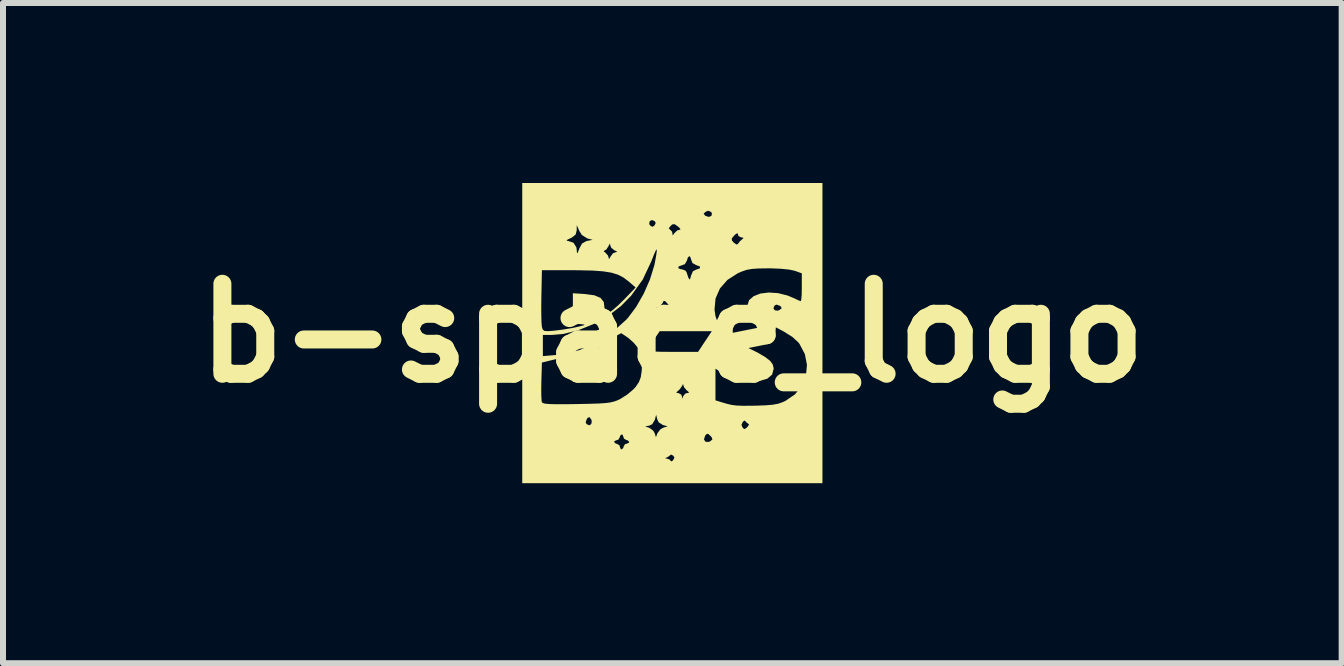
<source format=kicad_pcb>
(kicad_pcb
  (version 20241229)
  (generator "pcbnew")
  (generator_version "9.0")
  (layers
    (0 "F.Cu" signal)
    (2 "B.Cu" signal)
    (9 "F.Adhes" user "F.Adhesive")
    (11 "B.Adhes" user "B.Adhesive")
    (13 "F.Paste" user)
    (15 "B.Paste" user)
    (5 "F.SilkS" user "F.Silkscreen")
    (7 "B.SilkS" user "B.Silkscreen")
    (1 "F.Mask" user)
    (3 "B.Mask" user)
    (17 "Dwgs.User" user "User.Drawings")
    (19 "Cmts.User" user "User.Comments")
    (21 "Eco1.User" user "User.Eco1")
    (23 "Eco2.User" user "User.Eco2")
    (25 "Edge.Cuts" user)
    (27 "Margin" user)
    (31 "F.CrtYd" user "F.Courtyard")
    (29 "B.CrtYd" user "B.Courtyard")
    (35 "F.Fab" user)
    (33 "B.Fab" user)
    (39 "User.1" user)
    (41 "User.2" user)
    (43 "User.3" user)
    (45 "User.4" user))
  (footprint "b-space_logo"
    (layer "F.Cu")
    (at 8.157 2.502)
    (property "Reference" "b-space_logo" (at 0 0 0) (layer "F.SilkS") (effects (font (size 1.5 1.5) (thickness 0.3))))
    (attr board_only exclude_from_pos_files exclude_from_bom)
    (fp_poly (pts (xy 2.502 0) (xy 2.502 2.502) (xy 0 2.502) (xy -2.502 2.502) (xy -2.502 2.088) (xy -0.12 2.088) (xy -0.087 2.093) (xy -0.086 2.093) (xy -0.04 2.111) (xy -0.031 2.128) (xy -0.014 2.139) (xy 0.011 2.122) (xy 0.035 2.076) (xy 0.018 2.046) (xy -0.019 2.025) (xy -0.031 2.032) (xy -0.072 2.063) (xy -0.094 2.073) (xy -0.12 2.088) (xy -2.502 2.088) (xy -2.502 1.814) (xy -0.97 1.814) (xy -0.944 1.842) (xy -0.923 1.846) (xy -0.881 1.871) (xy -0.876 1.892) (xy -0.859 1.934) (xy -0.845 1.939) (xy -0.817 1.914) (xy -0.813 1.892) (xy -0.788 1.851) (xy -0.766 1.846) (xy -0.725 1.829) (xy -0.719 1.814) (xy -0.745 1.787) (xy -0.766 1.783) (xy -0.785 1.772) (xy 0.527 1.772) (xy 0.553 1.812) (xy 0.609 1.814) (xy 0.632 1.803) (xy 0.668 1.773) (xy 0.657 1.739) (xy 0.635 1.714) (xy 0.594 1.677) (xy 0.566 1.687) (xy 0.547 1.711) (xy 0.527 1.772) (xy -0.785 1.772) (xy -0.808 1.758) (xy -0.813 1.736) (xy -0.83 1.694) (xy -0.845 1.689) (xy -0.872 1.714) (xy -0.876 1.736) (xy -0.901 1.778) (xy -0.923 1.783) (xy -0.964 1.8) (xy -0.97 1.814) (xy -2.502 1.814) (xy -2.502 1.556) (xy -0.454 1.556) (xy -0.384 1.579) (xy -0.32 1.625) (xy -0.294 1.669) (xy -0.273 1.735) (xy -0.248 1.668) (xy -0.2 1.605) (xy -0.151 1.577) (xy -0.078 1.553) (xy -0.155 1.534) (xy -0.163 1.529) (xy 1.152 1.529) (xy 1.166 1.567) (xy 1.195 1.601) (xy 1.228 1.587) (xy 1.249 1.567) (xy 1.28 1.526) (xy 1.26 1.507) (xy 1.223 1.479) (xy 1.22 1.467) (xy 1.202 1.459) (xy 1.177 1.476) (xy 1.152 1.529) (xy -0.163 1.529) (xy -0.228 1.487) (xy -0.251 1.438) (xy -0.27 1.361) (xy -0.291 1.445) (xy -0.335 1.519) (xy -0.383 1.542) (xy -0.454 1.556) (xy -2.502 1.556) (xy -2.502 1.487) (xy -1.445 1.487) (xy -1.428 1.518) (xy -1.383 1.538) (xy -1.35 1.514) (xy -1.343 1.464) (xy -1.355 1.434) (xy -1.386 1.398) (xy -1.414 1.417) (xy -1.425 1.431) (xy -1.445 1.487) (xy -2.502 1.487) (xy -2.502 0.935) (xy -2.185 0.935) (xy -2.184 1.05) (xy -2.179 1.128) (xy -2.175 1.15) (xy -2.159 1.166) (xy -2.119 1.177) (xy -2.047 1.183) (xy -1.935 1.186) (xy -1.775 1.186) (xy -1.588 1.183) (xy -1.383 1.179) (xy -1.23 1.174) (xy -1.117 1.167) (xy -1.034 1.156) (xy -0.97 1.141) (xy -0.913 1.12) (xy -0.862 1.095) (xy -0.752 1.025) (xy -0.711 0.991) (xy 0.064 0.991) (xy 0.085 0.999) (xy 0.102 1) (xy 0.15 1.027) (xy 0.16 1.056) (xy 0.164 1.094) (xy 0.174 1.072) (xy 0.178 1.056) (xy 0.215 1.009) (xy 0.245 1) (xy 0.279 0.995) (xy 0.264 0.974) (xy 0.242 0.957) (xy 0.197 0.905) (xy 0.185 0.872) (xy 0.179 0.848) (xy 0.165 0.876) (xy 0.125 0.935) (xy 0.097 0.961) (xy 0.064 0.991) (xy -0.711 0.991) (xy -0.649 0.938) (xy -0.612 0.898) (xy -0.558 0.818) (xy -0.527 0.739) (xy -0.511 0.633) (xy -0.507 0.569) (xy -0.503 0.447) (xy -0.513 0.363) (xy -0.541 0.295) (xy -0.555 0.273) (xy -0.416 0.273) (xy -0.414 0.289) (xy -0.379 0.301) (xy -0.303 0.308) (xy -0.179 0.312) (xy -0.006 0.313) (xy 0.429 0.313) (xy 0.543 0.141) (xy 0.658 -0.031) (xy 0.223 -0.031) (xy -0.211 -0.031) (xy -0.301 0.101) (xy -0.358 0.185) (xy -0.402 0.252) (xy -0.416 0.273) (xy -0.555 0.273) (xy -0.569 0.251) (xy -0.645 0.16) (xy -0.735 0.08) (xy -0.747 0.072) (xy -0.851 0.002) (xy -1.07 0.113) (xy -1.29 0.223) (xy -1.185 0.276) (xy -1.089 0.352) (xy -1.042 0.45) (xy -1.041 0.557) (xy -1.082 0.659) (xy -1.164 0.743) (xy -1.283 0.793) (xy -1.289 0.794) (xy -1.383 0.807) (xy -1.496 0.813) (xy -1.521 0.813) (xy -1.658 0.813) (xy -1.658 0.594) (xy -1.661 0.487) (xy -1.669 0.409) (xy -1.68 0.377) (xy -1.681 0.377) (xy -1.721 0.384) (xy -1.805 0.403) (xy -1.916 0.429) (xy -1.939 0.434) (xy -2.174 0.491) (xy -2.183 0.798) (xy -2.185 0.935) (xy -2.502 0.935) (xy -2.502 0.031) (xy -2.158 0.031) (xy -2.158 0.208) (xy -2.158 0.384) (xy -1.947 0.366) (xy -1.796 0.344) (xy -1.633 0.308) (xy -1.537 0.279) (xy -1.343 0.194) (xy -1.135 0.072) (xy -0.937 -0.071) (xy -0.77 -0.221) (xy -0.735 -0.26) (xy -0.608 -0.43) (xy -0.272 -0.43) (xy -0.245 -0.413) (xy -0.227 -0.406) (xy -0.172 -0.365) (xy -0.156 -0.328) (xy -0.141 -0.294) (xy -0.125 -0.297) (xy -0.096 -0.342) (xy -0.094 -0.362) (xy -0.076 -0.391) (xy 0.703 -0.391) (xy 0.719 -0.282) (xy 0.767 -0.145) (xy 0.844 -0.029) (xy 0.958 0.075) (xy 1.12 0.175) (xy 1.246 0.238) (xy 1.423 0.326) (xy 1.548 0.399) (xy 1.63 0.463) (xy 1.674 0.523) (xy 1.689 0.587) (xy 1.689 0.595) (xy 1.663 0.692) (xy 1.584 0.76) (xy 1.451 0.799) (xy 1.378 0.807) (xy 1.158 0.799) (xy 0.957 0.736) (xy 0.837 0.669) (xy 0.719 0.593) (xy 0.719 0.857) (xy 0.719 1.121) (xy 0.821 1.153) (xy 0.914 1.18) (xy 0.992 1.198) (xy 1.073 1.208) (xy 1.176 1.212) (xy 1.315 1.211) (xy 1.392 1.21) (xy 1.556 1.204) (xy 1.675 1.194) (xy 1.766 1.177) (xy 1.845 1.149) (xy 1.887 1.129) (xy 2.046 1.02) (xy 2.161 0.876) (xy 2.227 0.709) (xy 2.244 0.53) (xy 2.209 0.35) (xy 2.12 0.181) (xy 2.097 0.152) (xy 2 0.063) (xy 1.845 -0.033) (xy 1.697 -0.11) (xy 1.518 -0.2) (xy 1.391 -0.275) (xy 1.309 -0.339) (xy 1.265 -0.398) (xy 1.261 -0.414) (xy 1.684 -0.414) (xy 1.708 -0.38) (xy 1.758 -0.373) (xy 1.788 -0.386) (xy 1.824 -0.416) (xy 1.805 -0.445) (xy 1.791 -0.456) (xy 1.735 -0.475) (xy 1.704 -0.458) (xy 1.684 -0.414) (xy 1.261 -0.414) (xy 1.251 -0.457) (xy 1.251 -0.458) (xy 1.279 -0.548) (xy 1.355 -0.615) (xy 1.468 -0.659) (xy 1.607 -0.676) (xy 1.762 -0.666) (xy 1.921 -0.626) (xy 2.035 -0.578) (xy 2.102 -0.546) (xy 2.14 -0.532) (xy 2.141 -0.532) (xy 2.149 -0.56) (xy 2.156 -0.636) (xy 2.158 -0.744) (xy 2.158 -0.764) (xy 2.158 -0.996) (xy 2.041 -1.038) (xy 1.95 -1.058) (xy 1.813 -1.072) (xy 1.648 -1.079) (xy 1.595 -1.079) (xy 1.438 -1.077) (xy 1.325 -1.069) (xy 1.236 -1.053) (xy 1.153 -1.024) (xy 1.091 -0.997) (xy 0.918 -0.886) (xy 0.793 -0.743) (xy 0.72 -0.576) (xy 0.703 -0.391) (xy -0.076 -0.391) (xy -0.069 -0.402) (xy -0.049 -0.407) (xy -0.03 -0.42) (xy -0.056 -0.464) (xy -0.073 -0.483) (xy -0.12 -0.532) (xy -0.145 -0.537) (xy -0.163 -0.499) (xy -0.163 -0.499) (xy -0.206 -0.448) (xy -0.241 -0.436) (xy -0.272 -0.43) (xy -0.608 -0.43) (xy -0.601 -0.44) (xy -0.476 -0.659) (xy -0.373 -0.894) (xy -0.315 -1.082) (xy 0.098 -1.082) (xy 0.141 -1.064) (xy 0.157 -1.064) (xy 0.216 -1.043) (xy 0.236 -1.017) (xy 0.266 -0.927) (xy 0.285 -0.893) (xy 0.3 -0.91) (xy 0.31 -0.954) (xy 0.343 -1.031) (xy 0.399 -1.058) (xy 0.459 -1.079) (xy 0.461 -1.109) (xy 0.404 -1.131) (xy 0.399 -1.132) (xy 0.336 -1.167) (xy 0.318 -1.212) (xy 0.3 -1.267) (xy 0.282 -1.283) (xy 0.257 -1.256) (xy 0.245 -1.212) (xy 0.209 -1.149) (xy 0.164 -1.132) (xy 0.106 -1.111) (xy 0.098 -1.082) (xy -0.315 -1.082) (xy -0.303 -1.12) (xy -0.295 -1.154) (xy -0.274 -1.266) (xy -0.261 -1.351) (xy -0.259 -1.394) (xy -0.26 -1.396) (xy -0.276 -1.376) (xy -0.306 -1.309) (xy -0.345 -1.21) (xy -0.353 -1.19) (xy -0.494 -0.891) (xy -0.684 -0.626) (xy -0.855 -0.451) (xy -1.068 -0.288) (xy -1.311 -0.151) (xy -1.567 -0.048) (xy -1.819 0.015) (xy -2.009 0.031) (xy -2.158 0.031) (xy -2.502 0.031) (xy -2.502 0) (xy -2.502 -0.445) (xy -2.185 -0.445) (xy -2.184 -0.296) (xy -2.181 -0.179) (xy -2.175 -0.107) (xy -2.173 -0.097) (xy -2.159 -0.057) (xy -2.132 -0.036) (xy -2.077 -0.032) (xy -1.977 -0.039) (xy -1.961 -0.041) (xy -1.819 -0.059) (xy -1.67 -0.084) (xy -1.595 -0.1) (xy -1.5 -0.123) (xy -1.461 -0.136) (xy -1.473 -0.143) (xy -1.532 -0.149) (xy -1.541 -0.15) (xy -1.658 -0.16) (xy -1.658 -0.412) (xy -1.658 -0.664) (xy -1.456 -0.651) (xy -1.3 -0.63) (xy -1.197 -0.587) (xy -1.143 -0.518) (xy -1.131 -0.418) (xy -1.132 -0.402) (xy -1.143 -0.287) (xy -1.054 -0.339) (xy -0.99 -0.387) (xy -0.901 -0.465) (xy -0.805 -0.559) (xy -0.789 -0.575) (xy -0.612 -0.76) (xy -0.729 -0.861) (xy -0.813 -0.925) (xy -0.905 -0.973) (xy -1.015 -1.007) (xy -1.153 -1.029) (xy -1.329 -1.042) (xy -1.553 -1.047) (xy -1.658 -1.048) (xy -2.174 -1.048) (xy -2.183 -0.61) (xy -2.185 -0.445) (xy -2.502 -0.445) (xy -2.502 -1.539) (xy -1.76 -1.539) (xy -1.735 -1.535) (xy -1.648 -1.506) (xy -1.6 -1.43) (xy -1.593 -1.378) (xy -1.589 -1.333) (xy -1.578 -1.338) (xy -1.568 -1.363) (xy -1.145 -1.363) (xy -1.118 -1.343) (xy -1.072 -1.292) (xy -1.062 -1.257) (xy -1.055 -1.232) (xy -1.036 -1.264) (xy -1.031 -1.275) (xy -0.989 -1.33) (xy -0.947 -1.347) (xy -0.917 -1.353) (xy -0.943 -1.37) (xy -0.962 -1.377) (xy -1.017 -1.42) (xy -1.034 -1.461) (xy -1.04 -1.492) (xy -1.057 -1.465) (xy -1.065 -1.447) (xy -1.101 -1.392) (xy -1.133 -1.375) (xy -1.145 -1.363) (xy -1.568 -1.363) (xy -1.554 -1.399) (xy -1.551 -1.408) (xy -1.506 -1.492) (xy -1.438 -1.531) (xy -1.421 -1.536) (xy -1.329 -1.554) (xy -1.417 -1.578) (xy 0.991 -1.578) (xy 0.993 -1.544) (xy 1.024 -1.508) (xy 1.07 -1.476) (xy 1.092 -1.485) (xy 1.126 -1.53) (xy 1.155 -1.555) (xy 1.187 -1.585) (xy 1.166 -1.594) (xy 1.15 -1.594) (xy 1.103 -1.617) (xy 1.095 -1.642) (xy 1.086 -1.667) (xy 1.051 -1.645) (xy 1.032 -1.627) (xy 0.991 -1.578) (xy -1.417 -1.578) (xy -1.419 -1.579) (xy -1.508 -1.635) (xy -1.55 -1.701) (xy -1.569 -1.745) (xy -0.06 -1.745) (xy -0.04 -1.726) (xy -0.005 -1.691) (xy 0.001 -1.663) (xy 0.005 -1.629) (xy 0.023 -1.648) (xy 0.034 -1.666) (xy 0.082 -1.711) (xy 0.115 -1.72) (xy 0.138 -1.73) (xy 0.11 -1.763) (xy 0.092 -1.778) (xy 0.038 -1.815) (xy 0.001 -1.812) (xy -0.029 -1.786) (xy -0.06 -1.745) (xy -1.569 -1.745) (xy -1.593 -1.799) (xy -1.594 -1.713) (xy -1.611 -1.644) (xy -1.669 -1.596) (xy -1.697 -1.582) (xy -1.756 -1.553) (xy -1.76 -1.539) (xy -2.502 -1.539) (xy -2.502 -1.818) (xy -0.385 -1.818) (xy -0.373 -1.796) (xy -0.333 -1.771) (xy -0.299 -1.791) (xy -0.277 -1.836) (xy -0.294 -1.865) (xy -0.341 -1.885) (xy -0.379 -1.863) (xy -0.385 -1.818) (xy -2.502 -1.818) (xy -2.502 -1.993) (xy 0.522 -1.993) (xy 0.541 -1.964) (xy 0.555 -1.953) (xy 0.61 -1.936) (xy 0.652 -1.955) (xy 0.66 -1.995) (xy 0.645 -2.02) (xy 0.597 -2.039) (xy 0.558 -2.023) (xy 0.522 -1.993) (xy -2.502 -1.993) (xy -2.502 -2.502) (xy 0 -2.502) (xy 2.502 -2.502)) (stroke (width 0) (type solid)) (fill yes) (layer "F.SilkS")))
  (gr_rect
    (start -3 -3)
    (end 19.314 8.005)
    (stroke (width 0.1) (type default))
    (fill no)
    (layer "Edge.Cuts")))
</source>
